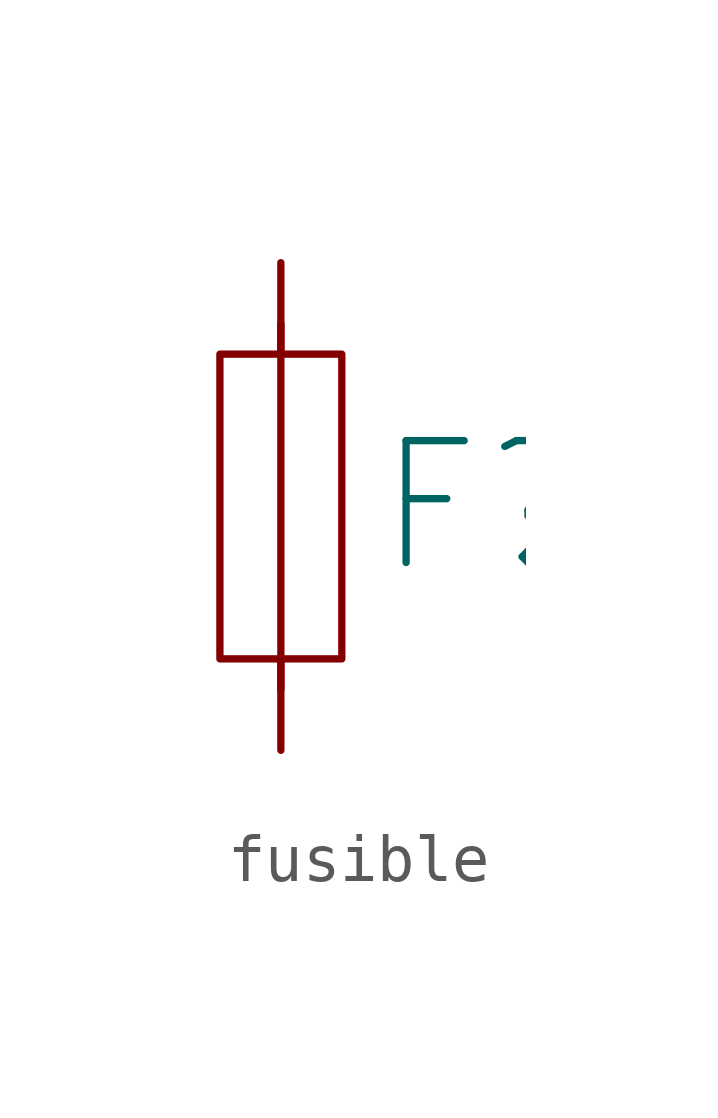
<source format=kicad_sym>
(kicad_symbol_lib
  (version 20231120)
  (generator "kicad_symbol_editor")
  (generator_version "8.0")
  (symbol "fusible"
    (pin_names
      (offset 1.016))
    (property "Reference" "F"
      (at 1.905 -5.08 0)
      (effects (font (size 2.54 2.54)) (justify left)))
    (symbol "fusible_0_0"
      (polyline (pts (xy 0 -1.27) (xy 0 -8.89)) (stroke (width 0) (type default)) (fill (type none))))
    (symbol "fusible_0_1"
      (rectangle (start -1.27 -1.905) (end 1.27 -8.255) (stroke (width 0) (type default)) (fill (type none))))
    (symbol "fusible_1_1"
      (pin input line (at 0 -10.16 90) (length 1.905) (name "" (effects (font (size 1.27 1.27)))) (number "" (effects (font (size 1.143 1.143)))))
      (pin input line (at 0 0 270) (length 1.905) (name "" (effects (font (size 1.27 1.27)))) (number "" (effects (font (size 1.143 1.143))))))))
</source>
